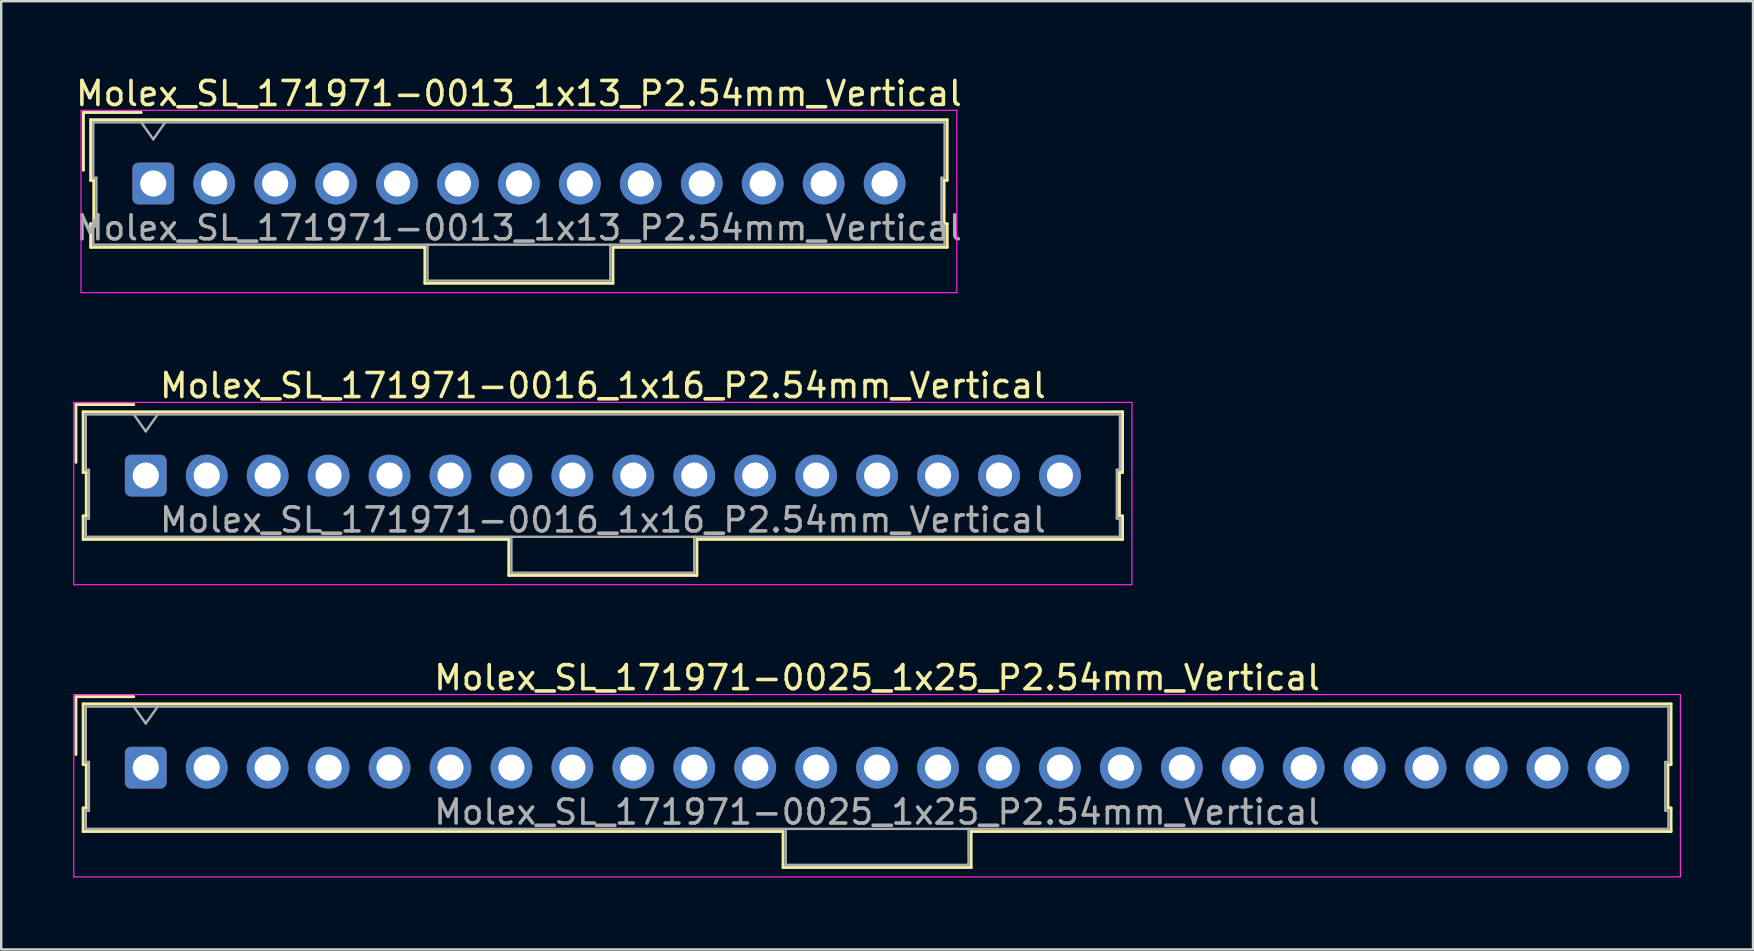
<source format=kicad_pcb>
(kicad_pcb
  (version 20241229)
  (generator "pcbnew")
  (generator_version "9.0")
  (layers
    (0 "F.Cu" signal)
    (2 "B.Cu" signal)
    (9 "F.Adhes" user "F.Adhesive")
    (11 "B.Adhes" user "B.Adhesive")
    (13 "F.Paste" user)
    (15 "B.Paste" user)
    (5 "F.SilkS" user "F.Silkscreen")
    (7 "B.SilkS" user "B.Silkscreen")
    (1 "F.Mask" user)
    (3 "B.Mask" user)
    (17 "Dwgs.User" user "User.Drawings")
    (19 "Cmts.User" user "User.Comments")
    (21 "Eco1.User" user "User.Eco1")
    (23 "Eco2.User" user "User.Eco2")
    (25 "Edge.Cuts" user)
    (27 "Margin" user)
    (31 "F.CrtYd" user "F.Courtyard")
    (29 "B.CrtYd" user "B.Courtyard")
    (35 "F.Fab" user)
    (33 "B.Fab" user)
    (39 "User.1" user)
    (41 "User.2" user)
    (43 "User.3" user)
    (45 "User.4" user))
  (footprint "Molex_SL_171971-0016_1x16_P2.54mm_Vertical"
    (layer "F.Cu")
    (at 3.025 16.771)
    (property "Reference" "Molex_SL_171971-0016_1x16_P2.54mm_Vertical" (at 19.05 -3.75 0) (layer "F.SilkS") (effects (font (size 1 1) (thickness 0.15))))
    (attr through_hole)
    (fp_line (start -2.91 -2.96) (end -0.5 -2.96) (stroke (width 0.12) (type solid)) (layer "F.SilkS"))
    (fp_line (start -2.91 -0.55) (end -2.91 -2.96) (stroke (width 0.12) (type solid)) (layer "F.SilkS"))
    (fp_line (start -2.61 -2.66) (end -2.61 -0.13) (stroke (width 0.12) (type solid)) (layer "F.SilkS"))
    (fp_line (start -2.61 -0.13) (end -2.48 -0.13) (stroke (width 0.12) (type solid)) (layer "F.SilkS"))
    (fp_line (start -2.61 1.68) (end -2.61 2.66) (stroke (width 0.12) (type solid)) (layer "F.SilkS"))
    (fp_line (start -2.61 2.66) (end 15.13 2.66) (stroke (width 0.12) (type solid)) (layer "F.SilkS"))
    (fp_line (start -2.48 -0.13) (end -2.48 1.68) (stroke (width 0.12) (type solid)) (layer "F.SilkS"))
    (fp_line (start -2.48 1.68) (end -2.61 1.68) (stroke (width 0.12) (type solid)) (layer "F.SilkS"))
    (fp_line (start 15.13 2.66) (end 15.13 4.16) (stroke (width 0.12) (type solid)) (layer "F.SilkS"))
    (fp_line (start 15.13 4.16) (end 22.97 4.16) (stroke (width 0.12) (type solid)) (layer "F.SilkS"))
    (fp_line (start 22.97 2.66) (end 40.71 2.66) (stroke (width 0.12) (type solid)) (layer "F.SilkS"))
    (fp_line (start 22.97 4.16) (end 22.97 2.66) (stroke (width 0.12) (type solid)) (layer "F.SilkS"))
    (fp_line (start 40.58 -0.13) (end 40.71 -0.13) (stroke (width 0.12) (type solid)) (layer "F.SilkS"))
    (fp_line (start 40.58 1.68) (end 40.58 -0.13) (stroke (width 0.12) (type solid)) (layer "F.SilkS"))
    (fp_line (start 40.71 -2.66) (end -2.61 -2.66) (stroke (width 0.12) (type solid)) (layer "F.SilkS"))
    (fp_line (start 40.71 -0.13) (end 40.71 -2.66) (stroke (width 0.12) (type solid)) (layer "F.SilkS"))
    (fp_line (start 40.71 1.68) (end 40.58 1.68) (stroke (width 0.12) (type solid)) (layer "F.SilkS"))
    (fp_line (start 40.71 2.66) (end 40.71 1.68) (stroke (width 0.12) (type solid)) (layer "F.SilkS"))
    (fp_line (start -3 -3.05) (end -3 4.55) (stroke (width 0.05) (type solid)) (layer "F.CrtYd"))
    (fp_line (start -3 4.55) (end 41.1 4.55) (stroke (width 0.05) (type solid)) (layer "F.CrtYd"))
    (fp_line (start 41.1 -3.05) (end -3 -3.05) (stroke (width 0.05) (type solid)) (layer "F.CrtYd"))
    (fp_line (start 41.1 4.55) (end 41.1 -3.05) (stroke (width 0.05) (type solid)) (layer "F.CrtYd"))
    (fp_line (start -2.5 -2.55) (end -2.5 -0.24) (stroke (width 0.1) (type solid)) (layer "F.Fab"))
    (fp_line (start -2.5 -0.24) (end -2.37 -0.24) (stroke (width 0.1) (type solid)) (layer "F.Fab"))
    (fp_line (start -2.5 1.79) (end -2.5 2.55) (stroke (width 0.1) (type solid)) (layer "F.Fab"))
    (fp_line (start -2.5 2.55) (end 40.6 2.55) (stroke (width 0.1) (type solid)) (layer "F.Fab"))
    (fp_line (start -2.37 -0.24) (end -2.37 1.79) (stroke (width 0.1) (type solid)) (layer "F.Fab"))
    (fp_line (start -2.37 1.79) (end -2.5 1.79) (stroke (width 0.1) (type solid)) (layer "F.Fab"))
    (fp_line (start 0 -1.843) (end -0.5 -2.55) (stroke (width 0.1) (type solid)) (layer "F.Fab"))
    (fp_line (start 0.5 -2.55) (end 0 -1.843) (stroke (width 0.1) (type solid)) (layer "F.Fab"))
    (fp_line (start 15.24 2.55) (end 15.24 4.05) (stroke (width 0.1) (type solid)) (layer "F.Fab"))
    (fp_line (start 15.24 4.05) (end 22.86 4.05) (stroke (width 0.1) (type solid)) (layer "F.Fab"))
    (fp_line (start 22.86 4.05) (end 22.86 2.55) (stroke (width 0.1) (type solid)) (layer "F.Fab"))
    (fp_line (start 40.47 -0.24) (end 40.6 -0.24) (stroke (width 0.1) (type solid)) (layer "F.Fab"))
    (fp_line (start 40.47 1.79) (end 40.47 -0.24) (stroke (width 0.1) (type solid)) (layer "F.Fab"))
    (fp_line (start 40.6 -2.55) (end -2.5 -2.55) (stroke (width 0.1) (type solid)) (layer "F.Fab"))
    (fp_line (start 40.6 -0.24) (end 40.6 -2.55) (stroke (width 0.1) (type solid)) (layer "F.Fab"))
    (fp_line (start 40.6 1.79) (end 40.47 1.79) (stroke (width 0.1) (type solid)) (layer "F.Fab"))
    (fp_line (start 40.6 2.55) (end 40.6 1.79) (stroke (width 0.1) (type solid)) (layer "F.Fab"))
    (fp_text user "${REFERENCE}" (at 19.05 1.85 0) (layer "F.Fab") (effects (font (size 1 1) (thickness 0.15))))
    (pad "1" thru_hole roundrect (at 0 0) (size 1.74 1.74) (drill 1.09) (layers "*.Cu" "*.Mask") (roundrect_rratio 0.144))
    (pad "2" thru_hole circle (at 2.54 0) (size 1.74 1.74) (drill 1.09) (layers "*.Cu" "*.Mask"))
    (pad "3" thru_hole circle (at 5.08 0) (size 1.74 1.74) (drill 1.09) (layers "*.Cu" "*.Mask"))
    (pad "4" thru_hole circle (at 7.62 0) (size 1.74 1.74) (drill 1.09) (layers "*.Cu" "*.Mask"))
    (pad "5" thru_hole circle (at 10.16 0) (size 1.74 1.74) (drill 1.09) (layers "*.Cu" "*.Mask"))
    (pad "6" thru_hole circle (at 12.7 0) (size 1.74 1.74) (drill 1.09) (layers "*.Cu" "*.Mask"))
    (pad "7" thru_hole circle (at 15.24 0) (size 1.74 1.74) (drill 1.09) (layers "*.Cu" "*.Mask"))
    (pad "8" thru_hole circle (at 17.78 0) (size 1.74 1.74) (drill 1.09) (layers "*.Cu" "*.Mask"))
    (pad "9" thru_hole circle (at 20.32 0) (size 1.74 1.74) (drill 1.09) (layers "*.Cu" "*.Mask"))
    (pad "10" thru_hole circle (at 22.86 0) (size 1.74 1.74) (drill 1.09) (layers "*.Cu" "*.Mask"))
    (pad "11" thru_hole circle (at 25.4 0) (size 1.74 1.74) (drill 1.09) (layers "*.Cu" "*.Mask"))
    (pad "12" thru_hole circle (at 27.94 0) (size 1.74 1.74) (drill 1.09) (layers "*.Cu" "*.Mask"))
    (pad "13" thru_hole circle (at 30.48 0) (size 1.74 1.74) (drill 1.09) (layers "*.Cu" "*.Mask"))
    (pad "14" thru_hole circle (at 33.02 0) (size 1.74 1.74) (drill 1.09) (layers "*.Cu" "*.Mask"))
    (pad "15" thru_hole circle (at 35.56 0) (size 1.74 1.74) (drill 1.09) (layers "*.Cu" "*.Mask"))
    (pad "16" thru_hole circle (at 38.1 0) (size 1.74 1.74) (drill 1.09) (layers "*.Cu" "*.Mask")))
  (footprint "Molex_SL_171971-0025_1x25_P2.54mm_Vertical"
    (layer "F.Cu")
    (at 3.025 28.945)
    (property "Reference" "Molex_SL_171971-0025_1x25_P2.54mm_Vertical" (at 30.48 -3.75 0) (layer "F.SilkS") (effects (font (size 1 1) (thickness 0.15))))
    (attr through_hole)
    (fp_line (start -2.91 -2.96) (end -0.5 -2.96) (stroke (width 0.12) (type solid)) (layer "F.SilkS"))
    (fp_line (start -2.91 -0.55) (end -2.91 -2.96) (stroke (width 0.12) (type solid)) (layer "F.SilkS"))
    (fp_line (start -2.61 -2.66) (end -2.61 -0.13) (stroke (width 0.12) (type solid)) (layer "F.SilkS"))
    (fp_line (start -2.61 -0.13) (end -2.48 -0.13) (stroke (width 0.12) (type solid)) (layer "F.SilkS"))
    (fp_line (start -2.61 1.68) (end -2.61 2.66) (stroke (width 0.12) (type solid)) (layer "F.SilkS"))
    (fp_line (start -2.61 2.66) (end 26.56 2.66) (stroke (width 0.12) (type solid)) (layer "F.SilkS"))
    (fp_line (start -2.48 -0.13) (end -2.48 1.68) (stroke (width 0.12) (type solid)) (layer "F.SilkS"))
    (fp_line (start -2.48 1.68) (end -2.61 1.68) (stroke (width 0.12) (type solid)) (layer "F.SilkS"))
    (fp_line (start 26.56 2.66) (end 26.56 4.16) (stroke (width 0.12) (type solid)) (layer "F.SilkS"))
    (fp_line (start 26.56 4.16) (end 34.4 4.16) (stroke (width 0.12) (type solid)) (layer "F.SilkS"))
    (fp_line (start 34.4 2.66) (end 63.57 2.66) (stroke (width 0.12) (type solid)) (layer "F.SilkS"))
    (fp_line (start 34.4 4.16) (end 34.4 2.66) (stroke (width 0.12) (type solid)) (layer "F.SilkS"))
    (fp_line (start 63.44 -0.13) (end 63.57 -0.13) (stroke (width 0.12) (type solid)) (layer "F.SilkS"))
    (fp_line (start 63.44 1.68) (end 63.44 -0.13) (stroke (width 0.12) (type solid)) (layer "F.SilkS"))
    (fp_line (start 63.57 -2.66) (end -2.61 -2.66) (stroke (width 0.12) (type solid)) (layer "F.SilkS"))
    (fp_line (start 63.57 -0.13) (end 63.57 -2.66) (stroke (width 0.12) (type solid)) (layer "F.SilkS"))
    (fp_line (start 63.57 1.68) (end 63.44 1.68) (stroke (width 0.12) (type solid)) (layer "F.SilkS"))
    (fp_line (start 63.57 2.66) (end 63.57 1.68) (stroke (width 0.12) (type solid)) (layer "F.SilkS"))
    (fp_line (start -3 -3.05) (end -3 4.55) (stroke (width 0.05) (type solid)) (layer "F.CrtYd"))
    (fp_line (start -3 4.55) (end 63.96 4.55) (stroke (width 0.05) (type solid)) (layer "F.CrtYd"))
    (fp_line (start 63.96 -3.05) (end -3 -3.05) (stroke (width 0.05) (type solid)) (layer "F.CrtYd"))
    (fp_line (start 63.96 4.55) (end 63.96 -3.05) (stroke (width 0.05) (type solid)) (layer "F.CrtYd"))
    (fp_line (start -2.5 -2.55) (end -2.5 -0.24) (stroke (width 0.1) (type solid)) (layer "F.Fab"))
    (fp_line (start -2.5 -0.24) (end -2.37 -0.24) (stroke (width 0.1) (type solid)) (layer "F.Fab"))
    (fp_line (start -2.5 1.79) (end -2.5 2.55) (stroke (width 0.1) (type solid)) (layer "F.Fab"))
    (fp_line (start -2.5 2.55) (end 63.46 2.55) (stroke (width 0.1) (type solid)) (layer "F.Fab"))
    (fp_line (start -2.37 -0.24) (end -2.37 1.79) (stroke (width 0.1) (type solid)) (layer "F.Fab"))
    (fp_line (start -2.37 1.79) (end -2.5 1.79) (stroke (width 0.1) (type solid)) (layer "F.Fab"))
    (fp_line (start 0 -1.843) (end -0.5 -2.55) (stroke (width 0.1) (type solid)) (layer "F.Fab"))
    (fp_line (start 0.5 -2.55) (end 0 -1.843) (stroke (width 0.1) (type solid)) (layer "F.Fab"))
    (fp_line (start 26.67 2.55) (end 26.67 4.05) (stroke (width 0.1) (type solid)) (layer "F.Fab"))
    (fp_line (start 26.67 4.05) (end 34.29 4.05) (stroke (width 0.1) (type solid)) (layer "F.Fab"))
    (fp_line (start 34.29 4.05) (end 34.29 2.55) (stroke (width 0.1) (type solid)) (layer "F.Fab"))
    (fp_line (start 63.33 -0.24) (end 63.46 -0.24) (stroke (width 0.1) (type solid)) (layer "F.Fab"))
    (fp_line (start 63.33 1.79) (end 63.33 -0.24) (stroke (width 0.1) (type solid)) (layer "F.Fab"))
    (fp_line (start 63.46 -2.55) (end -2.5 -2.55) (stroke (width 0.1) (type solid)) (layer "F.Fab"))
    (fp_line (start 63.46 -0.24) (end 63.46 -2.55) (stroke (width 0.1) (type solid)) (layer "F.Fab"))
    (fp_line (start 63.46 1.79) (end 63.33 1.79) (stroke (width 0.1) (type solid)) (layer "F.Fab"))
    (fp_line (start 63.46 2.55) (end 63.46 1.79) (stroke (width 0.1) (type solid)) (layer "F.Fab"))
    (fp_text user "${REFERENCE}" (at 30.48 1.85 0) (layer "F.Fab") (effects (font (size 1 1) (thickness 0.15))))
    (pad "1" thru_hole roundrect (at 0 0) (size 1.74 1.74) (drill 1.09) (layers "*.Cu" "*.Mask") (roundrect_rratio 0.144))
    (pad "2" thru_hole circle (at 2.54 0) (size 1.74 1.74) (drill 1.09) (layers "*.Cu" "*.Mask"))
    (pad "3" thru_hole circle (at 5.08 0) (size 1.74 1.74) (drill 1.09) (layers "*.Cu" "*.Mask"))
    (pad "4" thru_hole circle (at 7.62 0) (size 1.74 1.74) (drill 1.09) (layers "*.Cu" "*.Mask"))
    (pad "5" thru_hole circle (at 10.16 0) (size 1.74 1.74) (drill 1.09) (layers "*.Cu" "*.Mask"))
    (pad "6" thru_hole circle (at 12.7 0) (size 1.74 1.74) (drill 1.09) (layers "*.Cu" "*.Mask"))
    (pad "7" thru_hole circle (at 15.24 0) (size 1.74 1.74) (drill 1.09) (layers "*.Cu" "*.Mask"))
    (pad "8" thru_hole circle (at 17.78 0) (size 1.74 1.74) (drill 1.09) (layers "*.Cu" "*.Mask"))
    (pad "9" thru_hole circle (at 20.32 0) (size 1.74 1.74) (drill 1.09) (layers "*.Cu" "*.Mask"))
    (pad "10" thru_hole circle (at 22.86 0) (size 1.74 1.74) (drill 1.09) (layers "*.Cu" "*.Mask"))
    (pad "11" thru_hole circle (at 25.4 0) (size 1.74 1.74) (drill 1.09) (layers "*.Cu" "*.Mask"))
    (pad "12" thru_hole circle (at 27.94 0) (size 1.74 1.74) (drill 1.09) (layers "*.Cu" "*.Mask"))
    (pad "13" thru_hole circle (at 30.48 0) (size 1.74 1.74) (drill 1.09) (layers "*.Cu" "*.Mask"))
    (pad "14" thru_hole circle (at 33.02 0) (size 1.74 1.74) (drill 1.09) (layers "*.Cu" "*.Mask"))
    (pad "15" thru_hole circle (at 35.56 0) (size 1.74 1.74) (drill 1.09) (layers "*.Cu" "*.Mask"))
    (pad "16" thru_hole circle (at 38.1 0) (size 1.74 1.74) (drill 1.09) (layers "*.Cu" "*.Mask"))
    (pad "17" thru_hole circle (at 40.64 0) (size 1.74 1.74) (drill 1.09) (layers "*.Cu" "*.Mask"))
    (pad "18" thru_hole circle (at 43.18 0) (size 1.74 1.74) (drill 1.09) (layers "*.Cu" "*.Mask"))
    (pad "19" thru_hole circle (at 45.72 0) (size 1.74 1.74) (drill 1.09) (layers "*.Cu" "*.Mask"))
    (pad "20" thru_hole circle (at 48.26 0) (size 1.74 1.74) (drill 1.09) (layers "*.Cu" "*.Mask"))
    (pad "21" thru_hole circle (at 50.8 0) (size 1.74 1.74) (drill 1.09) (layers "*.Cu" "*.Mask"))
    (pad "22" thru_hole circle (at 53.34 0) (size 1.74 1.74) (drill 1.09) (layers "*.Cu" "*.Mask"))
    (pad "23" thru_hole circle (at 55.88 0) (size 1.74 1.74) (drill 1.09) (layers "*.Cu" "*.Mask"))
    (pad "24" thru_hole circle (at 58.42 0) (size 1.74 1.74) (drill 1.09) (layers "*.Cu" "*.Mask"))
    (pad "25" thru_hole circle (at 60.96 0) (size 1.74 1.74) (drill 1.09) (layers "*.Cu" "*.Mask")))
  (footprint "Molex_SL_171971-0013_1x13_P2.54mm_Vertical"
    (layer "F.Cu")
    (at 3.337 4.598)
    (property "Reference" "Molex_SL_171971-0013_1x13_P2.54mm_Vertical" (at 15.24 -3.75 0) (layer "F.SilkS") (effects (font (size 1 1) (thickness 0.15))))
    (attr through_hole)
    (fp_line (start -2.91 -2.96) (end -0.5 -2.96) (stroke (width 0.12) (type solid)) (layer "F.SilkS"))
    (fp_line (start -2.91 -0.55) (end -2.91 -2.96) (stroke (width 0.12) (type solid)) (layer "F.SilkS"))
    (fp_line (start -2.61 -2.66) (end -2.61 -0.13) (stroke (width 0.12) (type solid)) (layer "F.SilkS"))
    (fp_line (start -2.61 -0.13) (end -2.48 -0.13) (stroke (width 0.12) (type solid)) (layer "F.SilkS"))
    (fp_line (start -2.61 1.68) (end -2.61 2.66) (stroke (width 0.12) (type solid)) (layer "F.SilkS"))
    (fp_line (start -2.61 2.66) (end 11.32 2.66) (stroke (width 0.12) (type solid)) (layer "F.SilkS"))
    (fp_line (start -2.48 -0.13) (end -2.48 1.68) (stroke (width 0.12) (type solid)) (layer "F.SilkS"))
    (fp_line (start -2.48 1.68) (end -2.61 1.68) (stroke (width 0.12) (type solid)) (layer "F.SilkS"))
    (fp_line (start 11.32 2.66) (end 11.32 4.16) (stroke (width 0.12) (type solid)) (layer "F.SilkS"))
    (fp_line (start 11.32 4.16) (end 19.16 4.16) (stroke (width 0.12) (type solid)) (layer "F.SilkS"))
    (fp_line (start 19.16 2.66) (end 33.09 2.66) (stroke (width 0.12) (type solid)) (layer "F.SilkS"))
    (fp_line (start 19.16 4.16) (end 19.16 2.66) (stroke (width 0.12) (type solid)) (layer "F.SilkS"))
    (fp_line (start 32.96 -0.13) (end 33.09 -0.13) (stroke (width 0.12) (type solid)) (layer "F.SilkS"))
    (fp_line (start 32.96 1.68) (end 32.96 -0.13) (stroke (width 0.12) (type solid)) (layer "F.SilkS"))
    (fp_line (start 33.09 -2.66) (end -2.61 -2.66) (stroke (width 0.12) (type solid)) (layer "F.SilkS"))
    (fp_line (start 33.09 -0.13) (end 33.09 -2.66) (stroke (width 0.12) (type solid)) (layer "F.SilkS"))
    (fp_line (start 33.09 1.68) (end 32.96 1.68) (stroke (width 0.12) (type solid)) (layer "F.SilkS"))
    (fp_line (start 33.09 2.66) (end 33.09 1.68) (stroke (width 0.12) (type solid)) (layer "F.SilkS"))
    (fp_line (start -3.01 -3.05) (end -3.01 4.55) (stroke (width 0.05) (type solid)) (layer "F.CrtYd"))
    (fp_line (start -3.01 4.55) (end 33.49 4.55) (stroke (width 0.05) (type solid)) (layer "F.CrtYd"))
    (fp_line (start 33.49 -3.05) (end -3.01 -3.05) (stroke (width 0.05) (type solid)) (layer "F.CrtYd"))
    (fp_line (start 33.49 4.55) (end 33.49 -3.05) (stroke (width 0.05) (type solid)) (layer "F.CrtYd"))
    (fp_line (start -2.5 -2.55) (end -2.5 -0.24) (stroke (width 0.1) (type solid)) (layer "F.Fab"))
    (fp_line (start -2.5 -0.24) (end -2.37 -0.24) (stroke (width 0.1) (type solid)) (layer "F.Fab"))
    (fp_line (start -2.5 1.79) (end -2.5 2.55) (stroke (width 0.1) (type solid)) (layer "F.Fab"))
    (fp_line (start -2.5 2.55) (end 32.98 2.55) (stroke (width 0.1) (type solid)) (layer "F.Fab"))
    (fp_line (start -2.37 -0.24) (end -2.37 1.79) (stroke (width 0.1) (type solid)) (layer "F.Fab"))
    (fp_line (start -2.37 1.79) (end -2.5 1.79) (stroke (width 0.1) (type solid)) (layer "F.Fab"))
    (fp_line (start 0 -1.843) (end -0.5 -2.55) (stroke (width 0.1) (type solid)) (layer "F.Fab"))
    (fp_line (start 0.5 -2.55) (end 0 -1.843) (stroke (width 0.1) (type solid)) (layer "F.Fab"))
    (fp_line (start 11.43 2.55) (end 11.43 4.05) (stroke (width 0.1) (type solid)) (layer "F.Fab"))
    (fp_line (start 11.43 4.05) (end 19.05 4.05) (stroke (width 0.1) (type solid)) (layer "F.Fab"))
    (fp_line (start 19.05 4.05) (end 19.05 2.55) (stroke (width 0.1) (type solid)) (layer "F.Fab"))
    (fp_line (start 32.85 -0.24) (end 32.98 -0.24) (stroke (width 0.1) (type solid)) (layer "F.Fab"))
    (fp_line (start 32.85 1.79) (end 32.85 -0.24) (stroke (width 0.1) (type solid)) (layer "F.Fab"))
    (fp_line (start 32.98 -2.55) (end -2.5 -2.55) (stroke (width 0.1) (type solid)) (layer "F.Fab"))
    (fp_line (start 32.98 -0.24) (end 32.98 -2.55) (stroke (width 0.1) (type solid)) (layer "F.Fab"))
    (fp_line (start 32.98 1.79) (end 32.85 1.79) (stroke (width 0.1) (type solid)) (layer "F.Fab"))
    (fp_line (start 32.98 2.55) (end 32.98 1.79) (stroke (width 0.1) (type solid)) (layer "F.Fab"))
    (fp_text user "${REFERENCE}" (at 15.24 1.85 0) (layer "F.Fab") (effects (font (size 1 1) (thickness 0.15))))
    (pad "1" thru_hole roundrect (at 0 0) (size 1.74 1.74) (drill 1.09) (layers "*.Cu" "*.Mask") (roundrect_rratio 0.144))
    (pad "2" thru_hole circle (at 2.54 0) (size 1.74 1.74) (drill 1.09) (layers "*.Cu" "*.Mask"))
    (pad "3" thru_hole circle (at 5.08 0) (size 1.74 1.74) (drill 1.09) (layers "*.Cu" "*.Mask"))
    (pad "4" thru_hole circle (at 7.62 0) (size 1.74 1.74) (drill 1.09) (layers "*.Cu" "*.Mask"))
    (pad "5" thru_hole circle (at 10.16 0) (size 1.74 1.74) (drill 1.09) (layers "*.Cu" "*.Mask"))
    (pad "6" thru_hole circle (at 12.7 0) (size 1.74 1.74) (drill 1.09) (layers "*.Cu" "*.Mask"))
    (pad "7" thru_hole circle (at 15.24 0) (size 1.74 1.74) (drill 1.09) (layers "*.Cu" "*.Mask"))
    (pad "8" thru_hole circle (at 17.78 0) (size 1.74 1.74) (drill 1.09) (layers "*.Cu" "*.Mask"))
    (pad "9" thru_hole circle (at 20.32 0) (size 1.74 1.74) (drill 1.09) (layers "*.Cu" "*.Mask"))
    (pad "10" thru_hole circle (at 22.86 0) (size 1.74 1.74) (drill 1.09) (layers "*.Cu" "*.Mask"))
    (pad "11" thru_hole circle (at 25.4 0) (size 1.74 1.74) (drill 1.09) (layers "*.Cu" "*.Mask"))
    (pad "12" thru_hole circle (at 27.94 0) (size 1.74 1.74) (drill 1.09) (layers "*.Cu" "*.Mask"))
    (pad "13" thru_hole circle (at 30.48 0) (size 1.74 1.74) (drill 1.09) (layers "*.Cu" "*.Mask")))
  (gr_rect
    (start -3 -3)
    (end 70.01 36.52)
    (stroke (width 0.1) (type default))
    (fill no)
    (layer "Edge.Cuts")))
</source>
